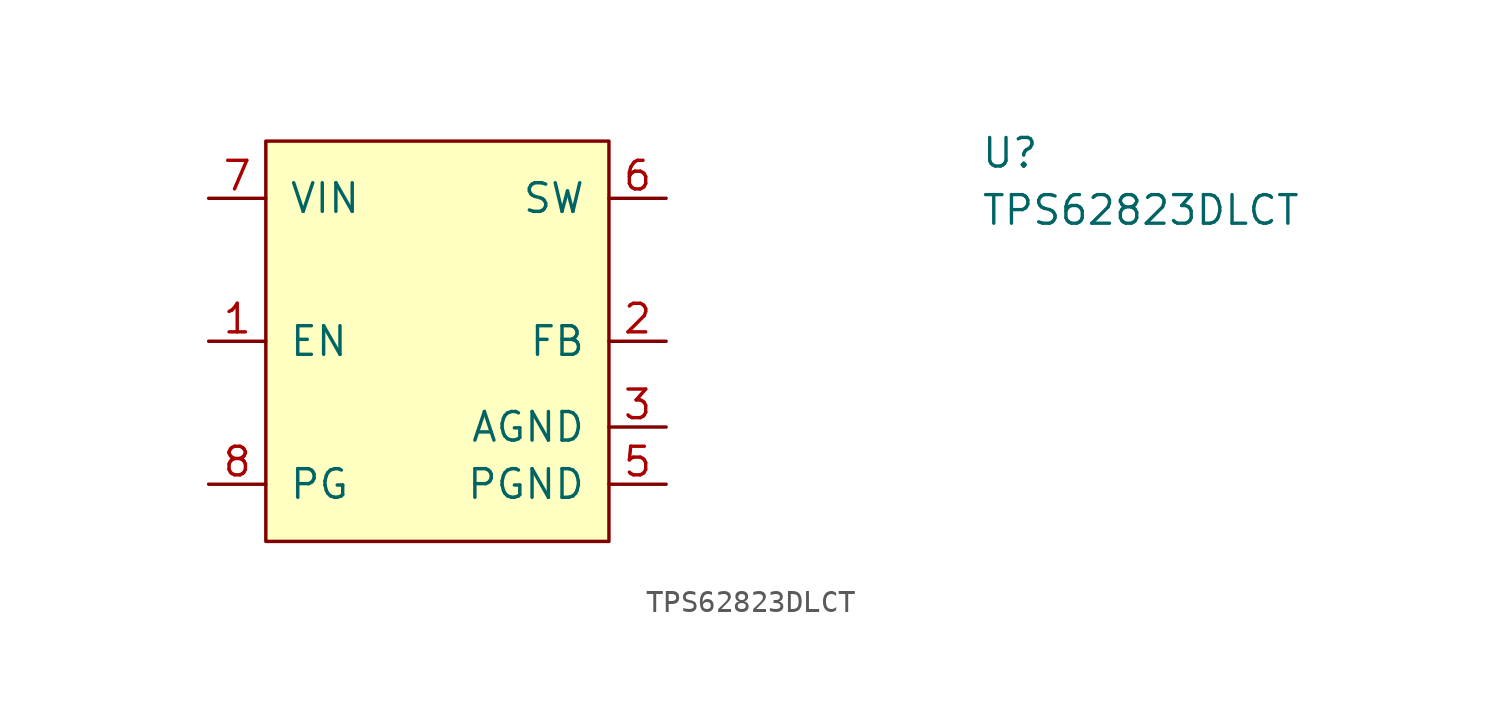
<source format=kicad_sym>
(kicad_symbol_lib
  (version 20211014)
  (generator kicad_symbol_editor)
  (symbol "TPS62823DLCT"
    (pin_names
      (offset 1.016))
    (property "Reference" "U"
      (at 34.29 1.27 0)
      (effects (font (size 1.27 1.27) (thickness 0.15)) (justify left bottom)))
    (property "Value" "TPS62823DLCT"
      (at 34.29 -1.27 0)
      (effects (font (size 1.27 1.27) (thickness 0.15)) (justify left bottom)))
    (symbol "TPS62823DLCT_0_0"
      (pin no_connect line (at 17.78 -2.54 180) (length 2.54) hide (name "NC" (effects (font (size 1.27 1.27)))) (number "4" (effects (font (size 1.27 1.27))))))
    (symbol "TPS62823DLCT_0_1"
      (rectangle (start 2.54 2.54) (end 17.78 -15.24) (stroke (width 0) (type default) (color 0 0 0 0)) (fill (type background))))
    (symbol "TPS62823DLCT_1_1"
      (pin input line (at 0 -6.35 0) (length 2.54) (name "EN" (effects (font (size 1.27 1.27)))) (number "1" (effects (font (size 1.27 1.27)))))
      (pin bidirectional line (at 20.32 -6.35 180) (length 2.54) (name "FB" (effects (font (size 1.27 1.27)))) (number "2" (effects (font (size 1.27 1.27)))))
      (pin power_in line (at 20.32 -10.16 180) (length 2.54) (name "AGND" (effects (font (size 1.27 1.27)))) (number "3" (effects (font (size 1.27 1.27)))))
      (pin power_in line (at 20.32 -12.7 180) (length 2.54) (name "PGND" (effects (font (size 1.27 1.27)))) (number "5" (effects (font (size 1.27 1.27)))))
      (pin bidirectional line (at 20.32 0 180) (length 2.54) (name "SW" (effects (font (size 1.27 1.27)))) (number "6" (effects (font (size 1.27 1.27)))))
      (pin power_in line (at 0 0 0) (length 2.54) (name "VIN" (effects (font (size 1.27 1.27)))) (number "7" (effects (font (size 1.27 1.27)))))
      (pin output line (at 0 -12.7 0) (length 2.54) (name "PG" (effects (font (size 1.27 1.27)))) (number "8" (effects (font (size 1.27 1.27))))))))
</source>
